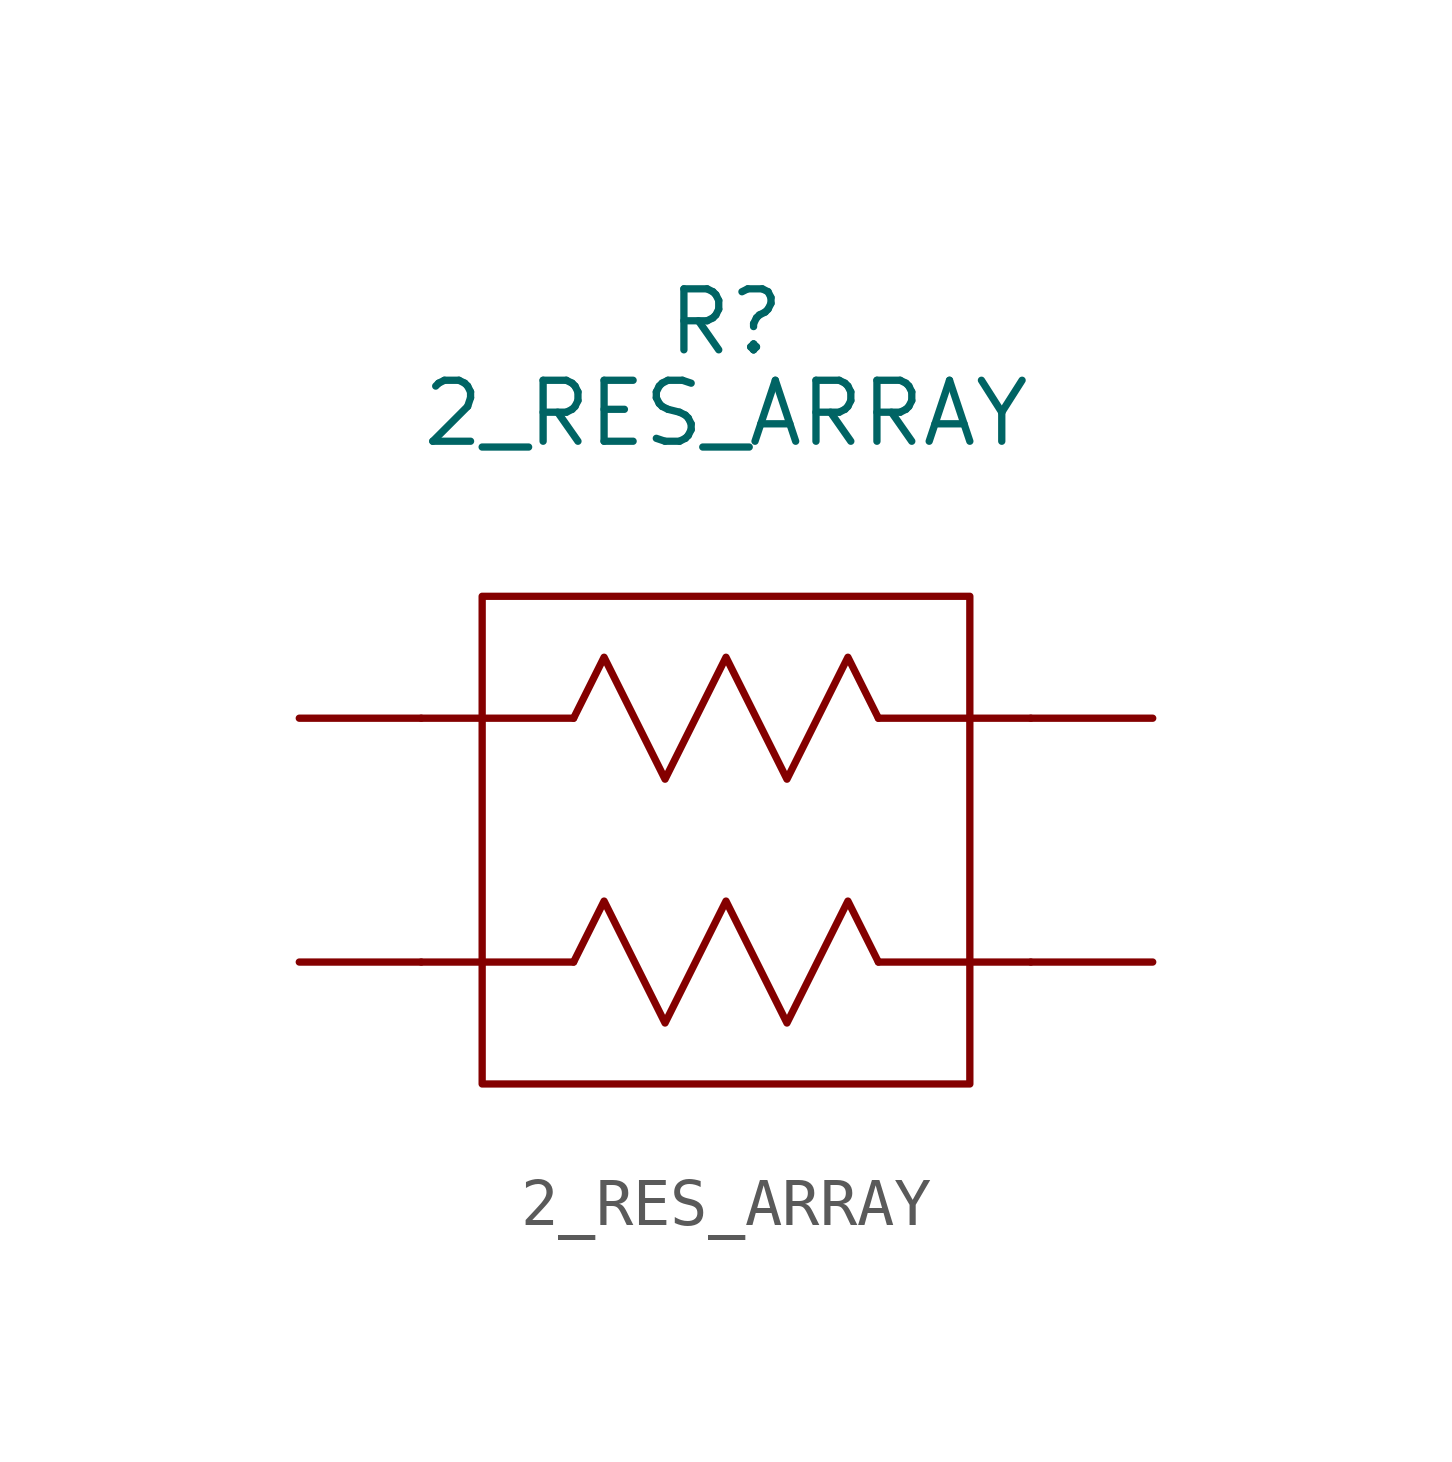
<source format=kicad_sym>
(kicad_symbol_lib
  (version 20211014)
  (generator kicad_symbol_editor)
  (symbol "2_RES_ARRAY"
    (property "Reference" "R"
      (at 0 10.795 0)
      (effects (font (size 1.27 1.27))))
    (property "Value" "2_RES_ARRAY"
      (at 0 8.89 0)
      (effects (font (size 1.27 1.27))))
    (symbol "2_RES_ARRAY_0_1"
      (rectangle (start -5.08 5.08) (end 5.08 -5.08) (stroke (width 0) (type default) (color 0 0 0 0)) (fill (type none)))
      (polyline (pts (xy -6.35 -2.54) (xy -3.175 -2.54)) (stroke (width 0) (type default) (color 0 0 0 0)) (fill (type none)))
      (polyline (pts (xy -6.35 2.54) (xy -3.175 2.54)) (stroke (width 0) (type default) (color 0 0 0 0)) (fill (type none)))
      (polyline (pts (xy 6.35 -2.54) (xy 3.175 -2.54)) (stroke (width 0) (type default) (color 0 0 0 0)) (fill (type none)))
      (polyline (pts (xy 6.35 2.54) (xy 3.175 2.54)) (stroke (width 0) (type default) (color 0 0 0 0)) (fill (type none)))
      (polyline (pts (xy -3.175 -2.54) (xy -2.54 -1.27) (xy -1.27 -3.81) (xy 0 -1.27) (xy 1.27 -3.81) (xy 2.54 -1.27) (xy 3.175 -2.54)) (stroke (width 0) (type default) (color 0 0 0 0)) (fill (type none)))
      (polyline (pts (xy -3.175 2.54) (xy -2.54 3.81) (xy -1.27 1.27) (xy 0 3.81) (xy 1.27 1.27) (xy 2.54 3.81) (xy 3.175 2.54)) (stroke (width 0) (type default) (color 0 0 0 0)) (fill (type none))))
    (symbol "2_RES_ARRAY_1_1"
      (pin passive line (at -8.89 -2.54 0) (length 2.54) (name "" (effects (font (size 1.27 1.27)))) (number "" (effects (font (size 1.27 1.27)))))
      (pin passive line (at -8.89 2.54 0) (length 2.54) (name "" (effects (font (size 1.27 1.27)))) (number "" (effects (font (size 1.27 1.27)))))
      (pin passive line (at 8.89 -2.54 180) (length 2.54) (name "" (effects (font (size 1.27 1.27)))) (number "" (effects (font (size 1.27 1.27)))))
      (pin passive line (at 8.89 2.54 180) (length 2.54) (name "" (effects (font (size 1.27 1.27)))) (number "" (effects (font (size 1.27 1.27))))))))
</source>
